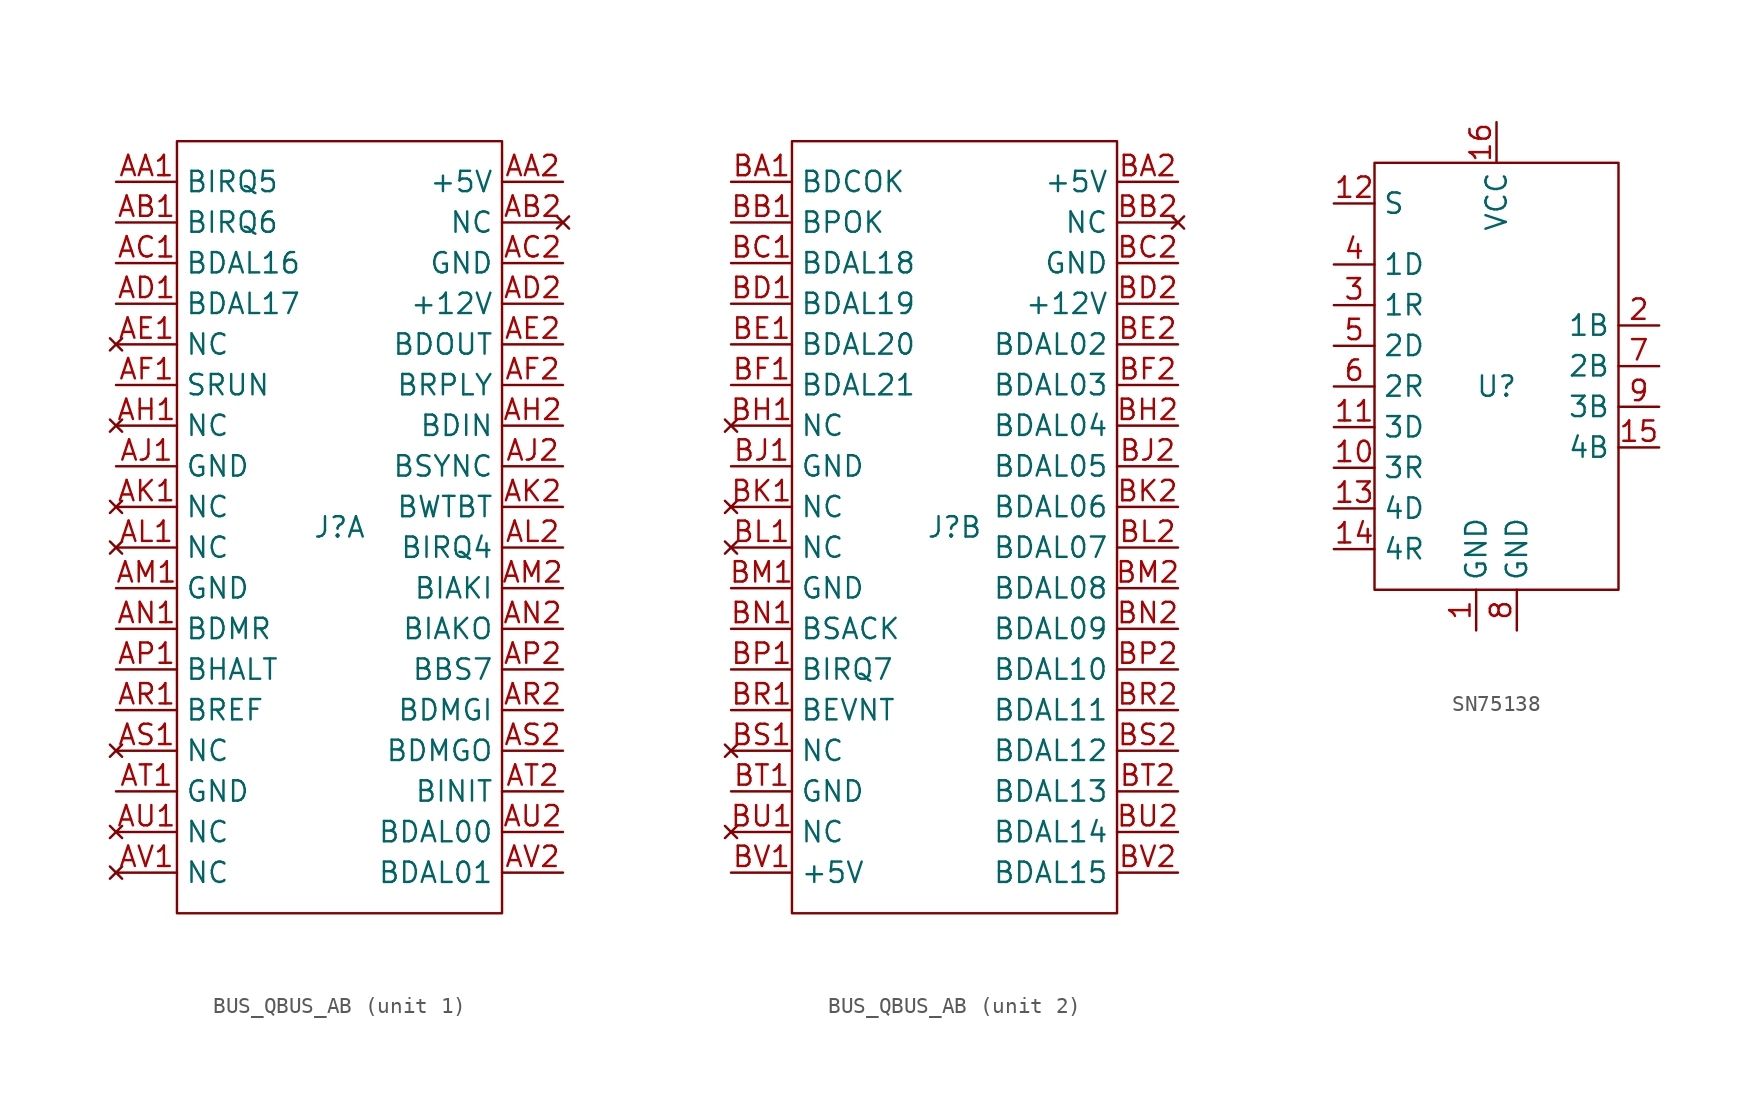
<source format=kicad_sym>
(kicad_symbol_lib
  (version 20241209)
  (generator "kicad_symbol_editor")
  (generator_version "9.0")
  (symbol "BUS_QBUS_AB"
    (property "Reference" "J"
      (at 0 0 0)
      (effects (font (size 1.27 1.27))))
    (property "Value" ""
      (at 0 0 0)
      (effects (font (size 1.27 1.27))))
    (property "ki_locked" ""
      (at 0 0 0)
      (effects (font (size 1.27 1.27))))
    (symbol "BUS_QBUS_AB_1_0"
      (pin bidirectional line (at -13.97 21.59 0) (length 3.81) (name "BIRQ5" (effects (font (size 1.27 1.27)))) (number "AA1" (effects (font (size 1.27 1.27)))))
      (pin bidirectional line (at -13.97 19.05 0) (length 3.81) (name "BIRQ6" (effects (font (size 1.27 1.27)))) (number "AB1" (effects (font (size 1.27 1.27)))))
      (pin bidirectional line (at -13.97 16.51 0) (length 3.81) (name "BDAL16" (effects (font (size 1.27 1.27)))) (number "AC1" (effects (font (size 1.27 1.27)))))
      (pin bidirectional line (at -13.97 13.97 0) (length 3.81) (name "BDAL17" (effects (font (size 1.27 1.27)))) (number "AD1" (effects (font (size 1.27 1.27)))))
      (pin no_connect line (at -13.97 11.43 0) (length 3.81) (name "NC" (effects (font (size 1.27 1.27)))) (number "AE1" (effects (font (size 1.27 1.27)))))
      (pin bidirectional line (at -13.97 8.89 0) (length 3.81) (name "SRUN" (effects (font (size 1.27 1.27)))) (number "AF1" (effects (font (size 1.27 1.27)))))
      (pin no_connect line (at -13.97 6.35 0) (length 3.81) (name "NC" (effects (font (size 1.27 1.27)))) (number "AH1" (effects (font (size 1.27 1.27)))))
      (pin power_in line (at -13.97 3.81 0) (length 3.81) (name "GND" (effects (font (size 1.27 1.27)))) (number "AJ1" (effects (font (size 1.27 1.27)))))
      (pin no_connect line (at -13.97 1.27 0) (length 3.81) (name "NC" (effects (font (size 1.27 1.27)))) (number "AK1" (effects (font (size 1.27 1.27)))))
      (pin no_connect line (at -13.97 -1.27 0) (length 3.81) (name "NC" (effects (font (size 1.27 1.27)))) (number "AL1" (effects (font (size 1.27 1.27)))))
      (pin power_in line (at -13.97 -3.81 0) (length 3.81) (name "GND" (effects (font (size 1.27 1.27)))) (number "AM1" (effects (font (size 1.27 1.27)))))
      (pin bidirectional line (at -13.97 -6.35 0) (length 3.81) (name "BDMR" (effects (font (size 1.27 1.27)))) (number "AN1" (effects (font (size 1.27 1.27)))))
      (pin bidirectional line (at -13.97 -8.89 0) (length 3.81) (name "BHALT" (effects (font (size 1.27 1.27)))) (number "AP1" (effects (font (size 1.27 1.27)))))
      (pin bidirectional line (at -13.97 -11.43 0) (length 3.81) (name "BREF" (effects (font (size 1.27 1.27)))) (number "AR1" (effects (font (size 1.27 1.27)))))
      (pin no_connect line (at -13.97 -13.97 0) (length 3.81) (name "NC" (effects (font (size 1.27 1.27)))) (number "AS1" (effects (font (size 1.27 1.27)))))
      (pin power_in line (at -13.97 -16.51 0) (length 3.81) (name "GND" (effects (font (size 1.27 1.27)))) (number "AT1" (effects (font (size 1.27 1.27)))))
      (pin no_connect line (at -13.97 -19.05 0) (length 3.81) (name "NC" (effects (font (size 1.27 1.27)))) (number "AU1" (effects (font (size 1.27 1.27)))))
      (pin no_connect line (at -13.97 -21.59 0) (length 3.81) (name "NC" (effects (font (size 1.27 1.27)))) (number "AV1" (effects (font (size 1.27 1.27)))))
      (pin power_in line (at 13.97 21.59 180) (length 3.81) (name "+5V" (effects (font (size 1.27 1.27)))) (number "AA2" (effects (font (size 1.27 1.27)))))
      (pin no_connect line (at 13.97 19.05 180) (length 3.81) (name "NC" (effects (font (size 1.27 1.27)))) (number "AB2" (effects (font (size 1.27 1.27)))))
      (pin power_in line (at 13.97 16.51 180) (length 3.81) (name "GND" (effects (font (size 1.27 1.27)))) (number "AC2" (effects (font (size 1.27 1.27)))))
      (pin power_in line (at 13.97 13.97 180) (length 3.81) (name "+12V" (effects (font (size 1.27 1.27)))) (number "AD2" (effects (font (size 1.27 1.27)))))
      (pin bidirectional line (at 13.97 11.43 180) (length 3.81) (name "BDOUT" (effects (font (size 1.27 1.27)))) (number "AE2" (effects (font (size 1.27 1.27)))))
      (pin bidirectional line (at 13.97 8.89 180) (length 3.81) (name "BRPLY" (effects (font (size 1.27 1.27)))) (number "AF2" (effects (font (size 1.27 1.27)))))
      (pin bidirectional line (at 13.97 6.35 180) (length 3.81) (name "BDIN" (effects (font (size 1.27 1.27)))) (number "AH2" (effects (font (size 1.27 1.27)))))
      (pin bidirectional line (at 13.97 3.81 180) (length 3.81) (name "BSYNC" (effects (font (size 1.27 1.27)))) (number "AJ2" (effects (font (size 1.27 1.27)))))
      (pin bidirectional line (at 13.97 1.27 180) (length 3.81) (name "BWTBT" (effects (font (size 1.27 1.27)))) (number "AK2" (effects (font (size 1.27 1.27)))))
      (pin bidirectional line (at 13.97 -1.27 180) (length 3.81) (name "BIRQ4" (effects (font (size 1.27 1.27)))) (number "AL2" (effects (font (size 1.27 1.27)))))
      (pin bidirectional line (at 13.97 -3.81 180) (length 3.81) (name "BIAKI" (effects (font (size 1.27 1.27)))) (number "AM2" (effects (font (size 1.27 1.27)))))
      (pin bidirectional line (at 13.97 -6.35 180) (length 3.81) (name "BIAKO" (effects (font (size 1.27 1.27)))) (number "AN2" (effects (font (size 1.27 1.27)))))
      (pin bidirectional line (at 13.97 -8.89 180) (length 3.81) (name "BBS7" (effects (font (size 1.27 1.27)))) (number "AP2" (effects (font (size 1.27 1.27)))))
      (pin bidirectional line (at 13.97 -11.43 180) (length 3.81) (name "BDMGI" (effects (font (size 1.27 1.27)))) (number "AR2" (effects (font (size 1.27 1.27)))))
      (pin bidirectional line (at 13.97 -13.97 180) (length 3.81) (name "BDMGO" (effects (font (size 1.27 1.27)))) (number "AS2" (effects (font (size 1.27 1.27)))))
      (pin bidirectional line (at 13.97 -16.51 180) (length 3.81) (name "BINIT" (effects (font (size 1.27 1.27)))) (number "AT2" (effects (font (size 1.27 1.27)))))
      (pin bidirectional line (at 13.97 -19.05 180) (length 3.81) (name "BDAL00" (effects (font (size 1.27 1.27)))) (number "AU2" (effects (font (size 1.27 1.27)))))
      (pin bidirectional line (at 13.97 -21.59 180) (length 3.81) (name "BDAL01" (effects (font (size 1.27 1.27)))) (number "AV2" (effects (font (size 1.27 1.27))))))
    (symbol "BUS_QBUS_AB_1_1"
      (rectangle (start -10.16 24.13) (end 10.16 -24.13) (stroke (width 0) (type default)) (fill (type none))))
    (symbol "BUS_QBUS_AB_2_0"
      (pin bidirectional line (at -13.97 21.59 0) (length 3.81) (name "BDCOK" (effects (font (size 1.27 1.27)))) (number "BA1" (effects (font (size 1.27 1.27)))))
      (pin bidirectional line (at -13.97 19.05 0) (length 3.81) (name "BPOK" (effects (font (size 1.27 1.27)))) (number "BB1" (effects (font (size 1.27 1.27)))))
      (pin bidirectional line (at -13.97 16.51 0) (length 3.81) (name "BDAL18" (effects (font (size 1.27 1.27)))) (number "BC1" (effects (font (size 1.27 1.27)))))
      (pin bidirectional line (at -13.97 13.97 0) (length 3.81) (name "BDAL19" (effects (font (size 1.27 1.27)))) (number "BD1" (effects (font (size 1.27 1.27)))))
      (pin bidirectional line (at -13.97 11.43 0) (length 3.81) (name "BDAL20" (effects (font (size 1.27 1.27)))) (number "BE1" (effects (font (size 1.27 1.27)))))
      (pin bidirectional line (at -13.97 8.89 0) (length 3.81) (name "BDAL21" (effects (font (size 1.27 1.27)))) (number "BF1" (effects (font (size 1.27 1.27)))))
      (pin no_connect line (at -13.97 6.35 0) (length 3.81) (name "NC" (effects (font (size 1.27 1.27)))) (number "BH1" (effects (font (size 1.27 1.27)))))
      (pin power_in line (at -13.97 3.81 0) (length 3.81) (name "GND" (effects (font (size 1.27 1.27)))) (number "BJ1" (effects (font (size 1.27 1.27)))))
      (pin no_connect line (at -13.97 1.27 0) (length 3.81) (name "NC" (effects (font (size 1.27 1.27)))) (number "BK1" (effects (font (size 1.27 1.27)))))
      (pin no_connect line (at -13.97 -1.27 0) (length 3.81) (name "NC" (effects (font (size 1.27 1.27)))) (number "BL1" (effects (font (size 1.27 1.27)))))
      (pin power_in line (at -13.97 -3.81 0) (length 3.81) (name "GND" (effects (font (size 1.27 1.27)))) (number "BM1" (effects (font (size 1.27 1.27)))))
      (pin bidirectional line (at -13.97 -6.35 0) (length 3.81) (name "BSACK" (effects (font (size 1.27 1.27)))) (number "BN1" (effects (font (size 1.27 1.27)))))
      (pin bidirectional line (at -13.97 -8.89 0) (length 3.81) (name "BIRQ7" (effects (font (size 1.27 1.27)))) (number "BP1" (effects (font (size 1.27 1.27)))))
      (pin bidirectional line (at -13.97 -11.43 0) (length 3.81) (name "BEVNT" (effects (font (size 1.27 1.27)))) (number "BR1" (effects (font (size 1.27 1.27)))))
      (pin no_connect line (at -13.97 -13.97 0) (length 3.81) (name "NC" (effects (font (size 1.27 1.27)))) (number "BS1" (effects (font (size 1.27 1.27)))))
      (pin power_in line (at -13.97 -16.51 0) (length 3.81) (name "GND" (effects (font (size 1.27 1.27)))) (number "BT1" (effects (font (size 1.27 1.27)))))
      (pin no_connect line (at -13.97 -19.05 0) (length 3.81) (name "NC" (effects (font (size 1.27 1.27)))) (number "BU1" (effects (font (size 1.27 1.27)))))
      (pin power_in line (at -13.97 -21.59 0) (length 3.81) (name "+5V" (effects (font (size 1.27 1.27)))) (number "BV1" (effects (font (size 1.27 1.27)))))
      (pin power_in line (at 13.97 21.59 180) (length 3.81) (name "+5V" (effects (font (size 1.27 1.27)))) (number "BA2" (effects (font (size 1.27 1.27)))))
      (pin no_connect line (at 13.97 19.05 180) (length 3.81) (name "NC" (effects (font (size 1.27 1.27)))) (number "BB2" (effects (font (size 1.27 1.27)))))
      (pin power_in line (at 13.97 16.51 180) (length 3.81) (name "GND" (effects (font (size 1.27 1.27)))) (number "BC2" (effects (font (size 1.27 1.27)))))
      (pin power_in line (at 13.97 13.97 180) (length 3.81) (name "+12V" (effects (font (size 1.27 1.27)))) (number "BD2" (effects (font (size 1.27 1.27)))))
      (pin bidirectional line (at 13.97 11.43 180) (length 3.81) (name "BDAL02" (effects (font (size 1.27 1.27)))) (number "BE2" (effects (font (size 1.27 1.27)))))
      (pin bidirectional line (at 13.97 8.89 180) (length 3.81) (name "BDAL03" (effects (font (size 1.27 1.27)))) (number "BF2" (effects (font (size 1.27 1.27)))))
      (pin bidirectional line (at 13.97 6.35 180) (length 3.81) (name "BDAL04" (effects (font (size 1.27 1.27)))) (number "BH2" (effects (font (size 1.27 1.27)))))
      (pin bidirectional line (at 13.97 3.81 180) (length 3.81) (name "BDAL05" (effects (font (size 1.27 1.27)))) (number "BJ2" (effects (font (size 1.27 1.27)))))
      (pin bidirectional line (at 13.97 1.27 180) (length 3.81) (name "BDAL06" (effects (font (size 1.27 1.27)))) (number "BK2" (effects (font (size 1.27 1.27)))))
      (pin bidirectional line (at 13.97 -1.27 180) (length 3.81) (name "BDAL07" (effects (font (size 1.27 1.27)))) (number "BL2" (effects (font (size 1.27 1.27)))))
      (pin bidirectional line (at 13.97 -3.81 180) (length 3.81) (name "BDAL08" (effects (font (size 1.27 1.27)))) (number "BM2" (effects (font (size 1.27 1.27)))))
      (pin bidirectional line (at 13.97 -6.35 180) (length 3.81) (name "BDAL09" (effects (font (size 1.27 1.27)))) (number "BN2" (effects (font (size 1.27 1.27)))))
      (pin bidirectional line (at 13.97 -8.89 180) (length 3.81) (name "BDAL10" (effects (font (size 1.27 1.27)))) (number "BP2" (effects (font (size 1.27 1.27)))))
      (pin bidirectional line (at 13.97 -11.43 180) (length 3.81) (name "BDAL11" (effects (font (size 1.27 1.27)))) (number "BR2" (effects (font (size 1.27 1.27)))))
      (pin bidirectional line (at 13.97 -13.97 180) (length 3.81) (name "BDAL12" (effects (font (size 1.27 1.27)))) (number "BS2" (effects (font (size 1.27 1.27)))))
      (pin bidirectional line (at 13.97 -16.51 180) (length 3.81) (name "BDAL13" (effects (font (size 1.27 1.27)))) (number "BT2" (effects (font (size 1.27 1.27)))))
      (pin bidirectional line (at 13.97 -19.05 180) (length 3.81) (name "BDAL14" (effects (font (size 1.27 1.27)))) (number "BU2" (effects (font (size 1.27 1.27)))))
      (pin bidirectional line (at 13.97 -21.59 180) (length 3.81) (name "BDAL15" (effects (font (size 1.27 1.27)))) (number "BV2" (effects (font (size 1.27 1.27))))))
    (symbol "BUS_QBUS_AB_2_1"
      (rectangle (start -10.16 24.13) (end 10.16 -24.13) (stroke (width 0) (type default)) (fill (type none)))))
  (symbol "SN75138"
    (property "Reference" "U"
      (at 0 0 0)
      (effects (font (size 1.27 1.27))))
    (property "Value" ""
      (at 0 0 0)
      (effects (font (size 1.27 1.27))))
    (symbol "SN75138_0_0"
      (pin input line (at -10.16 11.43 0) (length 2.54) (name "S" (effects (font (size 1.27 1.27)))) (number "12" (effects (font (size 1.27 1.27)))))
      (pin input line (at -10.16 7.62 0) (length 2.54) (name "1D" (effects (font (size 1.27 1.27)))) (number "4" (effects (font (size 1.27 1.27)))))
      (pin output line (at -10.16 5.08 0) (length 2.54) (name "1R" (effects (font (size 1.27 1.27)))) (number "3" (effects (font (size 1.27 1.27)))))
      (pin input line (at -10.16 2.54 0) (length 2.54) (name "2D" (effects (font (size 1.27 1.27)))) (number "5" (effects (font (size 1.27 1.27)))))
      (pin output line (at -10.16 0 0) (length 2.54) (name "2R" (effects (font (size 1.27 1.27)))) (number "6" (effects (font (size 1.27 1.27)))))
      (pin input line (at -10.16 -2.54 0) (length 2.54) (name "3D" (effects (font (size 1.27 1.27)))) (number "11" (effects (font (size 1.27 1.27)))))
      (pin output line (at -10.16 -5.08 0) (length 2.54) (name "3R" (effects (font (size 1.27 1.27)))) (number "10" (effects (font (size 1.27 1.27)))))
      (pin input line (at -10.16 -7.62 0) (length 2.54) (name "4D" (effects (font (size 1.27 1.27)))) (number "13" (effects (font (size 1.27 1.27)))))
      (pin output line (at -10.16 -10.16 0) (length 2.54) (name "4R" (effects (font (size 1.27 1.27)))) (number "14" (effects (font (size 1.27 1.27)))))
      (pin power_in line (at -1.27 -15.24 90) (length 2.54) (name "GND" (effects (font (size 1.27 1.27)))) (number "1" (effects (font (size 1.27 1.27)))))
      (pin power_in line (at 0 16.51 270) (length 2.54) (name "VCC" (effects (font (size 1.27 1.27)))) (number "16" (effects (font (size 1.27 1.27)))))
      (pin power_in line (at 1.27 -15.24 90) (length 2.54) (name "GND" (effects (font (size 1.27 1.27)))) (number "8" (effects (font (size 1.27 1.27)))))
      (pin output line (at 10.16 3.81 180) (length 2.54) (name "1B" (effects (font (size 1.27 1.27)))) (number "2" (effects (font (size 1.27 1.27)))))
      (pin output line (at 10.16 1.27 180) (length 2.54) (name "2B" (effects (font (size 1.27 1.27)))) (number "7" (effects (font (size 1.27 1.27)))))
      (pin output line (at 10.16 -1.27 180) (length 2.54) (name "3B" (effects (font (size 1.27 1.27)))) (number "9" (effects (font (size 1.27 1.27)))))
      (pin output line (at 10.16 -3.81 180) (length 2.54) (name "4B" (effects (font (size 1.27 1.27)))) (number "15" (effects (font (size 1.27 1.27))))))
    (symbol "SN75138_0_1"
      (rectangle (start -7.62 13.97) (end 7.62 -12.7) (stroke (width 0) (type default)) (fill (type none))))))
</source>
